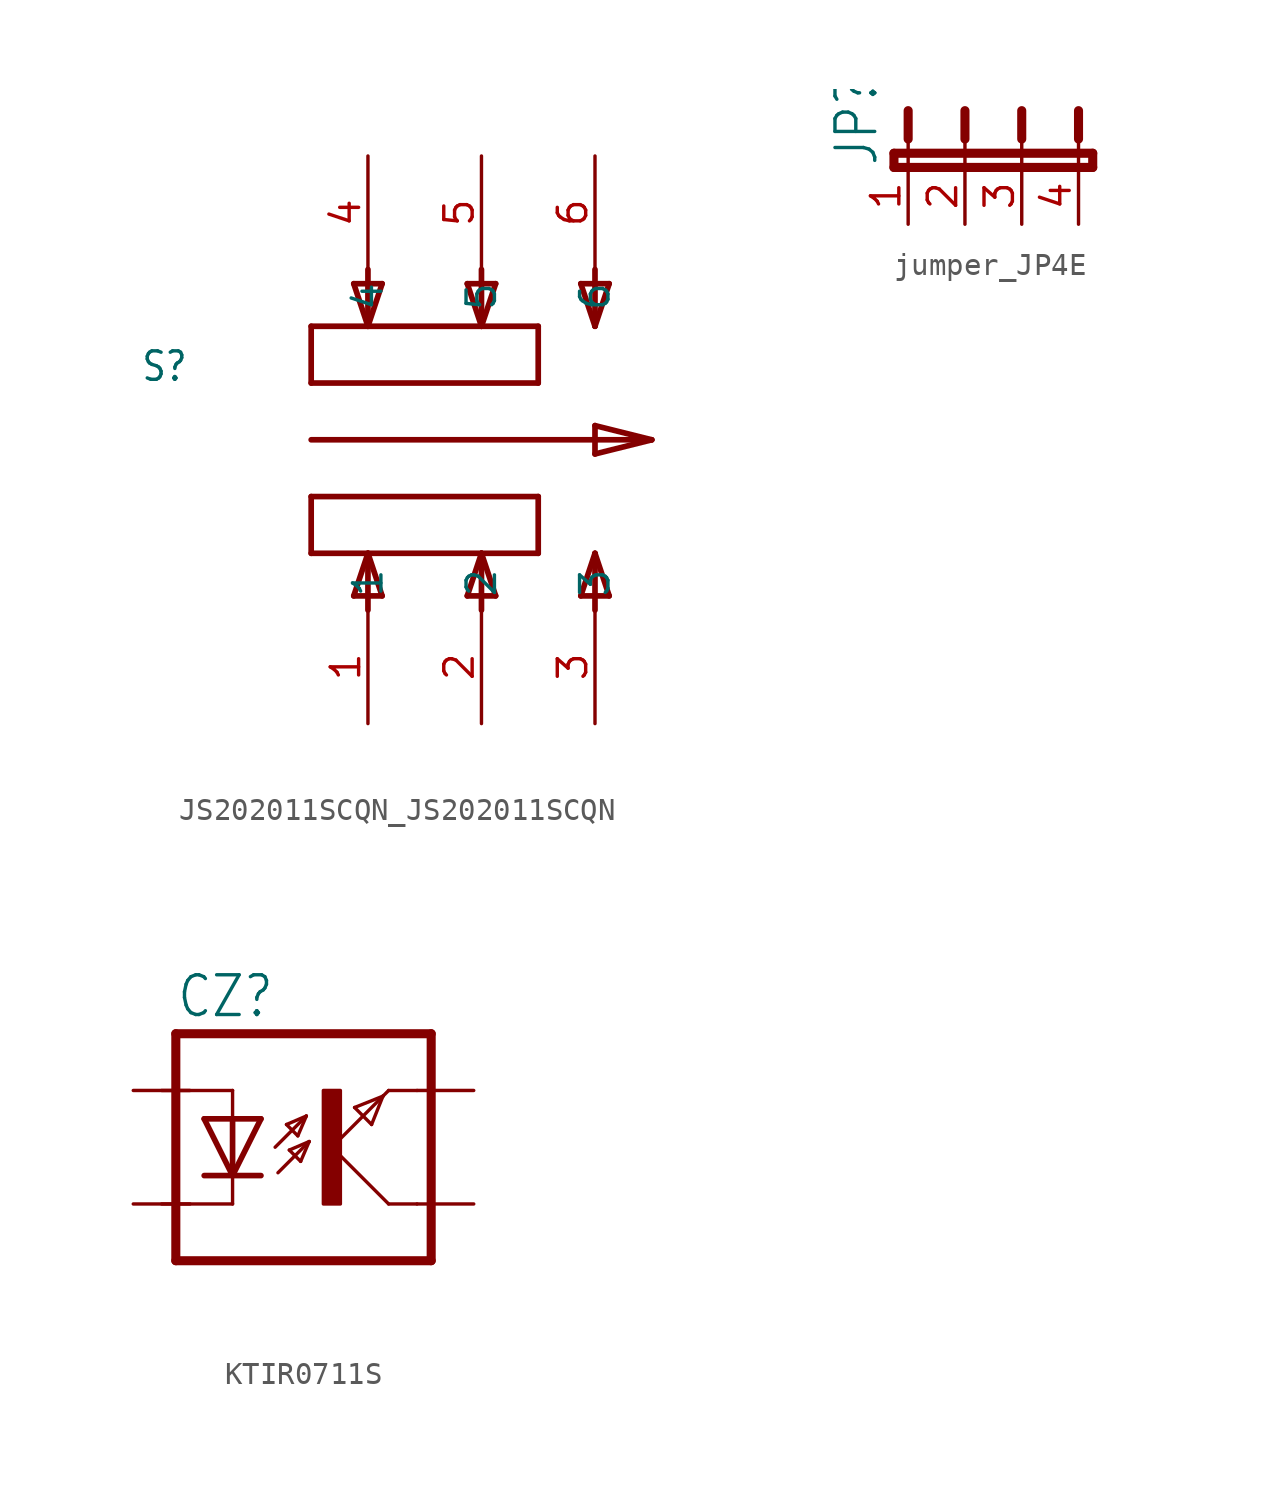
<source format=kicad_sym>
(kicad_symbol_lib
  (version 20231120)
  (generator "kicad_symbol_editor")
  (generator_version "8.0")
  (symbol "JS202011SCQN_JS202011SCQN"
    (property "Reference" "S"
      (at -15.262 2.544 0)
      (effects (font (size 1.272 1.081)) (justify left bottom)))
    (property "Value" ""
      (at -15.251 -5.084 0)
      (effects (font (size 1.271 1.08)) (justify left bottom)))
    (property "ki_locked" ""
      (at 0 0 0)
      (effects (font (size 1.27 1.27))))
    (symbol "JS202011SCQN_JS202011SCQN_1_0"
      (polyline (pts (xy -7.62 -5.08) (xy -7.62 -2.54)) (stroke (width 0.254) (type solid)) (fill (type none)))
      (polyline (pts (xy -7.62 -2.54) (xy 2.54 -2.54)) (stroke (width 0.254) (type solid)) (fill (type none)))
      (polyline (pts (xy -7.62 0) (xy 7.62 0)) (stroke (width 0.254) (type solid)) (fill (type none)))
      (polyline (pts (xy -7.62 2.54) (xy 2.54 2.54)) (stroke (width 0.254) (type solid)) (fill (type none)))
      (polyline (pts (xy -7.62 5.08) (xy -7.62 2.54)) (stroke (width 0.254) (type solid)) (fill (type none)))
      (polyline (pts (xy -5.715 -6.985) (xy -4.445 -6.985)) (stroke (width 0.254) (type solid)) (fill (type none)))
      (polyline (pts (xy -5.715 6.985) (xy -5.08 5.08)) (stroke (width 0.254) (type solid)) (fill (type none)))
      (polyline (pts (xy -5.08 -5.08) (xy -7.62 -5.08)) (stroke (width 0.254) (type solid)) (fill (type none)))
      (polyline (pts (xy -5.08 -5.08) (xy -5.715 -6.985)) (stroke (width 0.254) (type solid)) (fill (type none)))
      (polyline (pts (xy -5.08 -5.08) (xy -5.08 -7.62)) (stroke (width 0.254) (type solid)) (fill (type none)))
      (polyline (pts (xy -5.08 5.08) (xy -7.62 5.08)) (stroke (width 0.254) (type solid)) (fill (type none)))
      (polyline (pts (xy -5.08 5.08) (xy -4.445 6.985)) (stroke (width 0.254) (type solid)) (fill (type none)))
      (polyline (pts (xy -5.08 7.62) (xy -5.08 5.08)) (stroke (width 0.254) (type solid)) (fill (type none)))
      (polyline (pts (xy -4.445 -6.985) (xy -5.08 -5.08)) (stroke (width 0.254) (type solid)) (fill (type none)))
      (polyline (pts (xy -4.445 6.985) (xy -5.715 6.985)) (stroke (width 0.254) (type solid)) (fill (type none)))
      (polyline (pts (xy -0.635 -6.985) (xy 0.635 -6.985)) (stroke (width 0.254) (type solid)) (fill (type none)))
      (polyline (pts (xy -0.635 6.985) (xy 0 5.08)) (stroke (width 0.254) (type solid)) (fill (type none)))
      (polyline (pts (xy 0 -5.08) (xy -5.08 -5.08)) (stroke (width 0.254) (type solid)) (fill (type none)))
      (polyline (pts (xy 0 -5.08) (xy -0.635 -6.985)) (stroke (width 0.254) (type solid)) (fill (type none)))
      (polyline (pts (xy 0 -5.08) (xy 0 -7.62)) (stroke (width 0.254) (type solid)) (fill (type none)))
      (polyline (pts (xy 0 5.08) (xy -5.08 5.08)) (stroke (width 0.254) (type solid)) (fill (type none)))
      (polyline (pts (xy 0 5.08) (xy 0.635 6.985)) (stroke (width 0.254) (type solid)) (fill (type none)))
      (polyline (pts (xy 0 7.62) (xy 0 5.08)) (stroke (width 0.254) (type solid)) (fill (type none)))
      (polyline (pts (xy 0.635 -6.985) (xy 0 -5.08)) (stroke (width 0.254) (type solid)) (fill (type none)))
      (polyline (pts (xy 0.635 6.985) (xy -0.635 6.985)) (stroke (width 0.254) (type solid)) (fill (type none)))
      (polyline (pts (xy 2.54 -5.08) (xy 0 -5.08)) (stroke (width 0.254) (type solid)) (fill (type none)))
      (polyline (pts (xy 2.54 -2.54) (xy 2.54 -5.08)) (stroke (width 0.254) (type solid)) (fill (type none)))
      (polyline (pts (xy 2.54 2.54) (xy 2.54 5.08)) (stroke (width 0.254) (type solid)) (fill (type none)))
      (polyline (pts (xy 2.54 5.08) (xy 0 5.08)) (stroke (width 0.254) (type solid)) (fill (type none)))
      (polyline (pts (xy 4.445 -6.985) (xy 5.715 -6.985)) (stroke (width 0.254) (type solid)) (fill (type none)))
      (polyline (pts (xy 4.445 6.985) (xy 5.08 5.08)) (stroke (width 0.254) (type solid)) (fill (type none)))
      (polyline (pts (xy 5.08 -5.08) (xy 4.445 -6.985)) (stroke (width 0.254) (type solid)) (fill (type none)))
      (polyline (pts (xy 5.08 -5.08) (xy 5.08 -7.62)) (stroke (width 0.254) (type solid)) (fill (type none)))
      (polyline (pts (xy 5.08 -0.635) (xy 7.62 0)) (stroke (width 0.254) (type solid)) (fill (type none)))
      (polyline (pts (xy 5.08 0.635) (xy 5.08 -0.635)) (stroke (width 0.254) (type solid)) (fill (type none)))
      (polyline (pts (xy 5.08 5.08) (xy 5.715 6.985)) (stroke (width 0.254) (type solid)) (fill (type none)))
      (polyline (pts (xy 5.08 7.62) (xy 5.08 5.08)) (stroke (width 0.254) (type solid)) (fill (type none)))
      (polyline (pts (xy 5.715 -6.985) (xy 5.08 -5.08)) (stroke (width 0.254) (type solid)) (fill (type none)))
      (polyline (pts (xy 5.715 6.985) (xy 4.445 6.985)) (stroke (width 0.254) (type solid)) (fill (type none)))
      (polyline (pts (xy 7.62 0) (xy 5.08 0.635)) (stroke (width 0.254) (type solid)) (fill (type none)))
      (pin passive line (at -5.08 -12.7 90) (length 5.08) (name "1" (effects (font (size 1.27 1.27)))) (number "1" (effects (font (size 1.27 1.27)))))
      (pin passive line (at 0 -12.7 90) (length 5.08) (name "2" (effects (font (size 1.27 1.27)))) (number "2" (effects (font (size 1.27 1.27)))))
      (pin passive line (at 5.08 -12.7 90) (length 5.08) (name "3" (effects (font (size 1.27 1.27)))) (number "3" (effects (font (size 1.27 1.27)))))
      (pin passive line (at -5.08 12.7 270) (length 5.08) (name "4" (effects (font (size 1.27 1.27)))) (number "4" (effects (font (size 1.27 1.27)))))
      (pin passive line (at 0 12.7 270) (length 5.08) (name "5" (effects (font (size 1.27 1.27)))) (number "5" (effects (font (size 1.27 1.27)))))
      (pin passive line (at 5.08 12.7 270) (length 5.08) (name "6" (effects (font (size 1.27 1.27)))) (number "6" (effects (font (size 1.27 1.27)))))))
  (symbol "jumper_JP4E"
    (property "Reference" "JP"
      (at -3.81 0 90)
      (effects (font (size 1.778 1.511)) (justify left bottom)))
    (property "Value" ""
      (at 8.255 0 90)
      (effects (font (size 1.778 1.511)) (justify left bottom)))
    (property "ki_locked" ""
      (at 0 0 0)
      (effects (font (size 1.27 1.27))))
    (symbol "jumper_JP4E_1_0"
      (polyline (pts (xy -3.175 0) (xy 5.08 0)) (stroke (width 0.406) (type solid)) (fill (type none)))
      (polyline (pts (xy -3.175 0.635) (xy -3.175 0)) (stroke (width 0.406) (type solid)) (fill (type none)))
      (polyline (pts (xy -2.54 0) (xy -2.54 1.27)) (stroke (width 0.152) (type solid)) (fill (type none)))
      (polyline (pts (xy -2.54 2.54) (xy -2.54 1.27)) (stroke (width 0.406) (type solid)) (fill (type none)))
      (polyline (pts (xy 0 0) (xy 0 1.27)) (stroke (width 0.152) (type solid)) (fill (type none)))
      (polyline (pts (xy 0 2.54) (xy 0 1.27)) (stroke (width 0.406) (type solid)) (fill (type none)))
      (polyline (pts (xy 2.54 0) (xy 2.54 1.27)) (stroke (width 0.152) (type solid)) (fill (type none)))
      (polyline (pts (xy 2.54 2.54) (xy 2.54 1.27)) (stroke (width 0.406) (type solid)) (fill (type none)))
      (polyline (pts (xy 5.08 0) (xy 5.08 1.27)) (stroke (width 0.152) (type solid)) (fill (type none)))
      (polyline (pts (xy 5.08 0) (xy 5.715 0)) (stroke (width 0.406) (type solid)) (fill (type none)))
      (polyline (pts (xy 5.08 2.54) (xy 5.08 1.27)) (stroke (width 0.406) (type solid)) (fill (type none)))
      (polyline (pts (xy 5.715 0) (xy 5.715 0.635)) (stroke (width 0.406) (type solid)) (fill (type none)))
      (polyline (pts (xy 5.715 0.635) (xy -3.175 0.635)) (stroke (width 0.406) (type solid)) (fill (type none)))
      (pin passive line (at -2.54 -2.54 90) (length 2.54) (name "1" (effects (font (size 0 0)))) (number "1" (effects (font (size 1.27 1.27)))))
      (pin passive line (at 0 -2.54 90) (length 2.54) (name "2" (effects (font (size 0 0)))) (number "2" (effects (font (size 1.27 1.27)))))
      (pin passive line (at 2.54 -2.54 90) (length 2.54) (name "3" (effects (font (size 0 0)))) (number "3" (effects (font (size 1.27 1.27)))))
      (pin passive line (at 5.08 -2.54 90) (length 2.54) (name "4" (effects (font (size 0 0)))) (number "4" (effects (font (size 1.27 1.27)))))))
  (symbol "KTIR0711S"
    (property "Reference" "CZ"
      (at -5.715 5.715 0)
      (effects (font (size 1.778 1.511)) (justify left bottom)))
    (property "Value" ""
      (at -5.715 -7.62 0)
      (effects (font (size 1.778 1.511)) (justify left bottom)))
    (property "ki_locked" ""
      (at 0 0 0)
      (effects (font (size 1.27 1.27))))
    (symbol "KTIR0711S_1_0"
      (polyline (pts (xy -5.715 -5.08) (xy 5.715 -5.08)) (stroke (width 0.406) (type solid)) (fill (type none)))
      (polyline (pts (xy -5.715 5.08) (xy -5.715 -5.08)) (stroke (width 0.406) (type solid)) (fill (type none)))
      (polyline (pts (xy -5.715 5.08) (xy 5.715 5.08)) (stroke (width 0.406) (type solid)) (fill (type none)))
      (polyline (pts (xy -3.175 -2.54) (xy -6.35 -2.54)) (stroke (width 0.152) (type solid)) (fill (type none)))
      (polyline (pts (xy -3.175 -1.27) (xy -4.445 -1.27)) (stroke (width 0.254) (type solid)) (fill (type none)))
      (polyline (pts (xy -3.175 -1.27) (xy -4.445 1.27)) (stroke (width 0.254) (type solid)) (fill (type none)))
      (polyline (pts (xy -3.175 -1.27) (xy -3.175 -2.54)) (stroke (width 0.152) (type solid)) (fill (type none)))
      (polyline (pts (xy -3.175 1.27) (xy -4.445 1.27)) (stroke (width 0.254) (type solid)) (fill (type none)))
      (polyline (pts (xy -3.175 1.27) (xy -3.175 -1.27)) (stroke (width 0.254) (type solid)) (fill (type none)))
      (polyline (pts (xy -3.175 2.54) (xy -6.35 2.54)) (stroke (width 0.152) (type solid)) (fill (type none)))
      (polyline (pts (xy -3.175 2.54) (xy -3.175 1.27)) (stroke (width 0.152) (type solid)) (fill (type none)))
      (polyline (pts (xy -1.905 -1.27) (xy -3.175 -1.27)) (stroke (width 0.254) (type solid)) (fill (type none)))
      (polyline (pts (xy -1.905 1.27) (xy -3.175 -1.27)) (stroke (width 0.254) (type solid)) (fill (type none)))
      (polyline (pts (xy -1.905 1.27) (xy -3.175 1.27)) (stroke (width 0.254) (type solid)) (fill (type none)))
      (polyline (pts (xy -1.27 0) (xy 0.127 1.397)) (stroke (width 0.152) (type solid)) (fill (type none)))
      (polyline (pts (xy -1.143 -1.143) (xy 0.254 0.254)) (stroke (width 0.152) (type solid)) (fill (type none)))
      (polyline (pts (xy -0.762 1.016) (xy -0.254 0.508)) (stroke (width 0.152) (type solid)) (fill (type none)))
      (polyline (pts (xy -0.635 -0.127) (xy -0.127 -0.635)) (stroke (width 0.152) (type solid)) (fill (type none)))
      (polyline (pts (xy -0.254 0.508) (xy 0.127 1.397)) (stroke (width 0.152) (type solid)) (fill (type none)))
      (polyline (pts (xy -0.127 -0.635) (xy 0.254 0.254)) (stroke (width 0.152) (type solid)) (fill (type none)))
      (polyline (pts (xy 0.127 1.397) (xy -0.762 1.016)) (stroke (width 0.152) (type solid)) (fill (type none)))
      (polyline (pts (xy 0.254 0.254) (xy -0.635 -0.127)) (stroke (width 0.152) (type solid)) (fill (type none)))
      (polyline (pts (xy 1.27 0) (xy 3.556 2.286)) (stroke (width 0.152) (type solid)) (fill (type none)))
      (polyline (pts (xy 2.286 1.778) (xy 3.048 1.016)) (stroke (width 0.152) (type solid)) (fill (type none)))
      (polyline (pts (xy 3.048 1.016) (xy 3.556 2.286)) (stroke (width 0.152) (type solid)) (fill (type none)))
      (polyline (pts (xy 3.556 2.286) (xy 2.286 1.778)) (stroke (width 0.152) (type solid)) (fill (type none)))
      (polyline (pts (xy 3.556 2.286) (xy 3.81 2.54)) (stroke (width 0.152) (type solid)) (fill (type none)))
      (polyline (pts (xy 3.81 -2.54) (xy 1.27 0)) (stroke (width 0.152) (type solid)) (fill (type none)))
      (polyline (pts (xy 5.08 -2.54) (xy 3.81 -2.54)) (stroke (width 0.152) (type solid)) (fill (type none)))
      (polyline (pts (xy 5.08 2.54) (xy 3.81 2.54)) (stroke (width 0.152) (type solid)) (fill (type none)))
      (polyline (pts (xy 5.715 5.08) (xy 5.715 -5.08)) (stroke (width 0.406) (type solid)) (fill (type none)))
      (rectangle (start 0.889 -2.54) (end 1.651 2.54) (stroke (width 0) (type default)) (fill (type outline)))
      (pin passive line (at -7.62 2.54 0) (length 2.54) (name "ANODA" (effects (font (size 0 0)))) (number "ANODA" (effects (font (size 0 0)))))
      (pin bidirectional line (at 7.62 2.54 180) (length 2.54) (name "EMITER" (effects (font (size 0 0)))) (number "EMITER" (effects (font (size 0 0)))))
      (pin passive line (at -7.62 -2.54 0) (length 2.54) (name "KATODA" (effects (font (size 0 0)))) (number "KATODA" (effects (font (size 0 0)))))
      (pin bidirectional line (at 7.62 -2.54 180) (length 2.54) (name "KOLEKTOR" (effects (font (size 0 0)))) (number "KOLEKTOR" (effects (font (size 0 0))))))))
</source>
